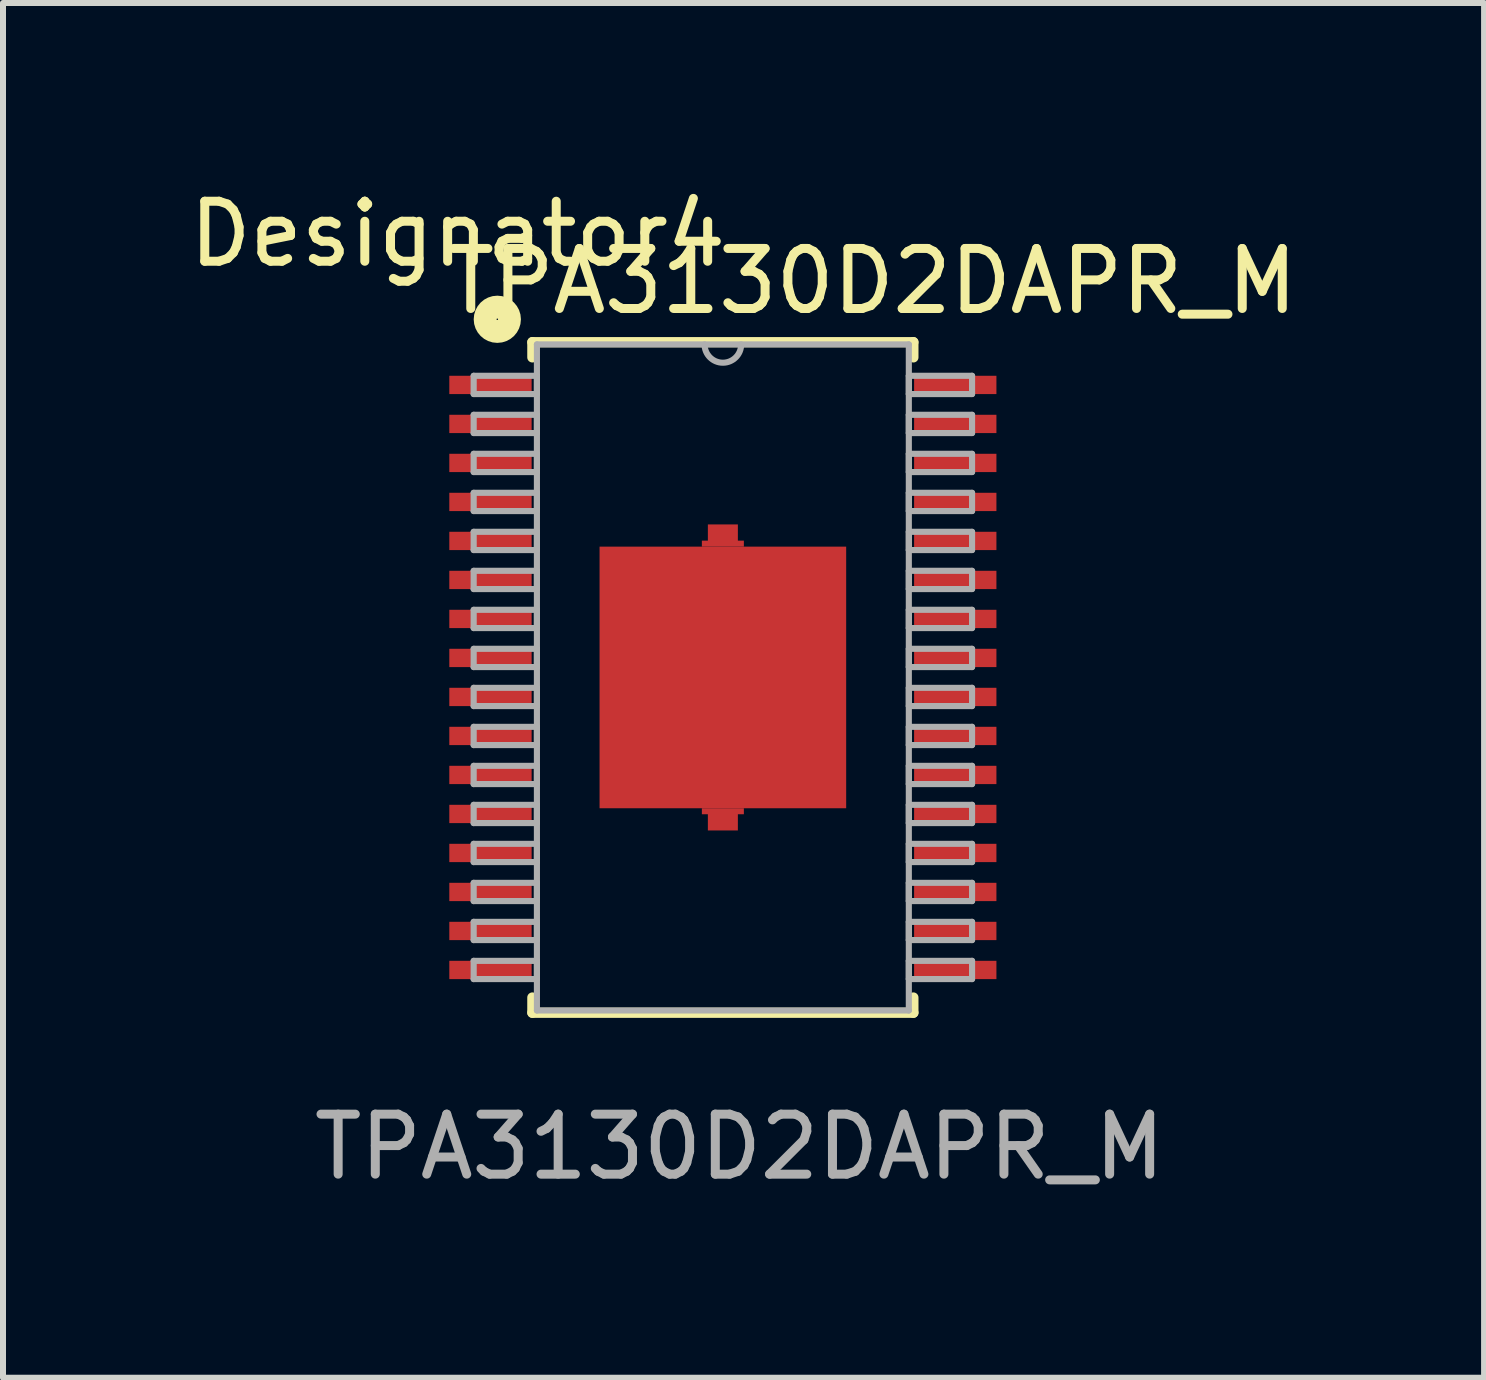
<source format=kicad_pcb>
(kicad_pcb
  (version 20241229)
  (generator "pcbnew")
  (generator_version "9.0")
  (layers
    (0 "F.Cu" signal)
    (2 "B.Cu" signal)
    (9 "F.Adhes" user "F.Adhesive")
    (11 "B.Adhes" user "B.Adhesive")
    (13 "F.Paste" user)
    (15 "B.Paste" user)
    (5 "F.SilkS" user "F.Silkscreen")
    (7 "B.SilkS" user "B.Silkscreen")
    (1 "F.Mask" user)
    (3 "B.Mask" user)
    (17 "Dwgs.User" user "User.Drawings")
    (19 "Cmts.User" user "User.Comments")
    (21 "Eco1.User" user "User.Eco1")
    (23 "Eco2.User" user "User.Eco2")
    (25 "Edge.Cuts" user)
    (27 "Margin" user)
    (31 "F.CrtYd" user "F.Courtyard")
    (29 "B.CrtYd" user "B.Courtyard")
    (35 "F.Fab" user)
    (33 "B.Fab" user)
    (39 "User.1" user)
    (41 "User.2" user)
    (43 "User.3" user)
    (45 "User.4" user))
  (footprint "TPA3130D2DAPR_M"
    (layer "F.Cu")
    (at 8.997 8.24)
    (property "Reference" "TPA3130D2DAPR_M" (at 2.489 -6.604 0) (unlocked yes) (layer "F.SilkS") (effects (font (size 1 1) (thickness 0.15))))
    (attr smd)
    (fp_poly (pts (xy 0.35 -2.18) (xy -0.35 -2.18) (xy -0.35 -2.28) (xy -0.25 -2.28) (xy -0.25 -2.55) (xy 0.25 -2.55) (xy 0.25 -2.28) (xy 0.35 -2.28)) (stroke (width 0) (type solid)) (fill yes) (layer "F.Cu"))
    (fp_poly (pts (xy 0.35 2.18) (xy -0.35 2.18) (xy -0.35 2.28) (xy -0.25 2.28) (xy -0.25 2.55) (xy 0.25 2.55) (xy 0.25 2.28) (xy 0.35 2.28)) (stroke (width 0) (type solid)) (fill yes) (layer "F.Cu"))
    (fp_line (start -3.175 -5.588) (end 3.175 -5.588) (stroke (width 0.17) (type solid)) (layer "F.SilkS"))
    (fp_line (start -3.175 -5.334) (end -3.175 -5.588) (stroke (width 0.17) (type solid)) (layer "F.SilkS"))
    (fp_line (start -3.175 5.588) (end -3.175 5.334) (stroke (width 0.17) (type solid)) (layer "F.SilkS"))
    (fp_line (start -3.175 5.588) (end 3.175 5.588) (stroke (width 0.17) (type solid)) (layer "F.SilkS"))
    (fp_line (start 3.175 -5.334) (end 3.175 -5.588) (stroke (width 0.17) (type solid)) (layer "F.SilkS"))
    (fp_line (start 3.175 5.588) (end 3.175 5.334) (stroke (width 0.17) (type solid)) (layer "F.SilkS"))
    (fp_circle (center -3.759 -5.969) (end -3.556 -5.969) (stroke (width 0.381) (type solid)) (fill no) (layer "F.SilkS"))
    (fp_line (start -4.153 -5.027) (end -3.099 -5.027) (stroke (width 0.102) (type solid)) (layer "F.Fab"))
    (fp_line (start -4.153 -4.723) (end -4.153 -5.027) (stroke (width 0.102) (type solid)) (layer "F.Fab"))
    (fp_line (start -4.153 -4.723) (end -3.099 -4.723) (stroke (width 0.102) (type solid)) (layer "F.Fab"))
    (fp_line (start -4.153 -4.377) (end -3.099 -4.377) (stroke (width 0.102) (type solid)) (layer "F.Fab"))
    (fp_line (start -4.153 -4.073) (end -4.153 -4.377) (stroke (width 0.102) (type solid)) (layer "F.Fab"))
    (fp_line (start -4.153 -4.073) (end -3.099 -4.073) (stroke (width 0.102) (type solid)) (layer "F.Fab"))
    (fp_line (start -4.153 -3.727) (end -3.099 -3.727) (stroke (width 0.102) (type solid)) (layer "F.Fab"))
    (fp_line (start -4.153 -3.423) (end -4.153 -3.727) (stroke (width 0.102) (type solid)) (layer "F.Fab"))
    (fp_line (start -4.153 -3.423) (end -3.099 -3.423) (stroke (width 0.102) (type solid)) (layer "F.Fab"))
    (fp_line (start -4.153 -3.077) (end -3.099 -3.077) (stroke (width 0.102) (type solid)) (layer "F.Fab"))
    (fp_line (start -4.153 -2.773) (end -4.153 -3.077) (stroke (width 0.102) (type solid)) (layer "F.Fab"))
    (fp_line (start -4.153 -2.773) (end -3.099 -2.773) (stroke (width 0.102) (type solid)) (layer "F.Fab"))
    (fp_line (start -4.153 -2.427) (end -3.099 -2.427) (stroke (width 0.102) (type solid)) (layer "F.Fab"))
    (fp_line (start -4.153 -2.123) (end -4.153 -2.427) (stroke (width 0.102) (type solid)) (layer "F.Fab"))
    (fp_line (start -4.153 -2.123) (end -3.099 -2.123) (stroke (width 0.102) (type solid)) (layer "F.Fab"))
    (fp_line (start -4.153 -1.777) (end -3.099 -1.777) (stroke (width 0.102) (type solid)) (layer "F.Fab"))
    (fp_line (start -4.153 -1.473) (end -4.153 -1.777) (stroke (width 0.102) (type solid)) (layer "F.Fab"))
    (fp_line (start -4.153 -1.473) (end -3.099 -1.473) (stroke (width 0.102) (type solid)) (layer "F.Fab"))
    (fp_line (start -4.153 -1.127) (end -3.099 -1.127) (stroke (width 0.102) (type solid)) (layer "F.Fab"))
    (fp_line (start -4.153 -0.823) (end -4.153 -1.127) (stroke (width 0.102) (type solid)) (layer "F.Fab"))
    (fp_line (start -4.153 -0.823) (end -3.099 -0.823) (stroke (width 0.102) (type solid)) (layer "F.Fab"))
    (fp_line (start -4.153 -0.477) (end -3.099 -0.477) (stroke (width 0.102) (type solid)) (layer "F.Fab"))
    (fp_line (start -4.153 -0.173) (end -4.153 -0.477) (stroke (width 0.102) (type solid)) (layer "F.Fab"))
    (fp_line (start -4.153 -0.173) (end -3.099 -0.173) (stroke (width 0.102) (type solid)) (layer "F.Fab"))
    (fp_line (start -4.153 0.173) (end -3.099 0.173) (stroke (width 0.102) (type solid)) (layer "F.Fab"))
    (fp_line (start -4.153 0.477) (end -4.153 0.173) (stroke (width 0.102) (type solid)) (layer "F.Fab"))
    (fp_line (start -4.153 0.477) (end -3.099 0.477) (stroke (width 0.102) (type solid)) (layer "F.Fab"))
    (fp_line (start -4.153 0.823) (end -3.099 0.823) (stroke (width 0.102) (type solid)) (layer "F.Fab"))
    (fp_line (start -4.153 1.127) (end -4.153 0.823) (stroke (width 0.102) (type solid)) (layer "F.Fab"))
    (fp_line (start -4.153 1.127) (end -3.099 1.127) (stroke (width 0.102) (type solid)) (layer "F.Fab"))
    (fp_line (start -4.153 1.473) (end -3.099 1.473) (stroke (width 0.102) (type solid)) (layer "F.Fab"))
    (fp_line (start -4.153 1.777) (end -4.153 1.473) (stroke (width 0.102) (type solid)) (layer "F.Fab"))
    (fp_line (start -4.153 1.777) (end -3.099 1.777) (stroke (width 0.102) (type solid)) (layer "F.Fab"))
    (fp_line (start -4.153 2.123) (end -3.099 2.123) (stroke (width 0.102) (type solid)) (layer "F.Fab"))
    (fp_line (start -4.153 2.427) (end -4.153 2.123) (stroke (width 0.102) (type solid)) (layer "F.Fab"))
    (fp_line (start -4.153 2.427) (end -3.099 2.427) (stroke (width 0.102) (type solid)) (layer "F.Fab"))
    (fp_line (start -4.153 2.773) (end -3.099 2.773) (stroke (width 0.102) (type solid)) (layer "F.Fab"))
    (fp_line (start -4.153 3.077) (end -4.153 2.773) (stroke (width 0.102) (type solid)) (layer "F.Fab"))
    (fp_line (start -4.153 3.077) (end -3.099 3.077) (stroke (width 0.102) (type solid)) (layer "F.Fab"))
    (fp_line (start -4.153 3.423) (end -3.099 3.423) (stroke (width 0.102) (type solid)) (layer "F.Fab"))
    (fp_line (start -4.153 3.727) (end -4.153 3.423) (stroke (width 0.102) (type solid)) (layer "F.Fab"))
    (fp_line (start -4.153 3.727) (end -3.099 3.727) (stroke (width 0.102) (type solid)) (layer "F.Fab"))
    (fp_line (start -4.153 4.073) (end -3.099 4.073) (stroke (width 0.102) (type solid)) (layer "F.Fab"))
    (fp_line (start -4.153 4.377) (end -4.153 4.073) (stroke (width 0.102) (type solid)) (layer "F.Fab"))
    (fp_line (start -4.153 4.377) (end -3.099 4.377) (stroke (width 0.102) (type solid)) (layer "F.Fab"))
    (fp_line (start -4.153 4.723) (end -3.099 4.723) (stroke (width 0.102) (type solid)) (layer "F.Fab"))
    (fp_line (start -4.153 5.027) (end -4.153 4.723) (stroke (width 0.102) (type solid)) (layer "F.Fab"))
    (fp_line (start -4.153 5.027) (end -3.099 5.027) (stroke (width 0.102) (type solid)) (layer "F.Fab"))
    (fp_line (start -3.099 -5.55) (end 3.099 -5.55) (stroke (width 0.102) (type solid)) (layer "F.Fab"))
    (fp_line (start -3.099 -4.723) (end -3.099 -5.027) (stroke (width 0.102) (type solid)) (layer "F.Fab"))
    (fp_line (start -3.099 -4.073) (end -3.099 -4.377) (stroke (width 0.102) (type solid)) (layer "F.Fab"))
    (fp_line (start -3.099 -3.423) (end -3.099 -3.727) (stroke (width 0.102) (type solid)) (layer "F.Fab"))
    (fp_line (start -3.099 -2.773) (end -3.099 -3.077) (stroke (width 0.102) (type solid)) (layer "F.Fab"))
    (fp_line (start -3.099 -2.123) (end -3.099 -2.427) (stroke (width 0.102) (type solid)) (layer "F.Fab"))
    (fp_line (start -3.099 -1.473) (end -3.099 -1.777) (stroke (width 0.102) (type solid)) (layer "F.Fab"))
    (fp_line (start -3.099 -0.823) (end -3.099 -1.127) (stroke (width 0.102) (type solid)) (layer "F.Fab"))
    (fp_line (start -3.099 -0.173) (end -3.099 -0.477) (stroke (width 0.102) (type solid)) (layer "F.Fab"))
    (fp_line (start -3.099 0.477) (end -3.099 0.173) (stroke (width 0.102) (type solid)) (layer "F.Fab"))
    (fp_line (start -3.099 1.127) (end -3.099 0.823) (stroke (width 0.102) (type solid)) (layer "F.Fab"))
    (fp_line (start -3.099 1.777) (end -3.099 1.473) (stroke (width 0.102) (type solid)) (layer "F.Fab"))
    (fp_line (start -3.099 2.427) (end -3.099 2.123) (stroke (width 0.102) (type solid)) (layer "F.Fab"))
    (fp_line (start -3.099 3.077) (end -3.099 2.773) (stroke (width 0.102) (type solid)) (layer "F.Fab"))
    (fp_line (start -3.099 3.727) (end -3.099 3.423) (stroke (width 0.102) (type solid)) (layer "F.Fab"))
    (fp_line (start -3.099 4.377) (end -3.099 4.073) (stroke (width 0.102) (type solid)) (layer "F.Fab"))
    (fp_line (start -3.099 5.027) (end -3.099 4.723) (stroke (width 0.102) (type solid)) (layer "F.Fab"))
    (fp_line (start -3.099 5.55) (end -3.099 -5.55) (stroke (width 0.102) (type solid)) (layer "F.Fab"))
    (fp_line (start -3.099 5.55) (end 3.099 5.55) (stroke (width 0.102) (type solid)) (layer "F.Fab"))
    (fp_line (start 3.099 -5.027) (end 4.153 -5.027) (stroke (width 0.102) (type solid)) (layer "F.Fab"))
    (fp_line (start 3.099 -4.723) (end 3.099 -5.027) (stroke (width 0.102) (type solid)) (layer "F.Fab"))
    (fp_line (start 3.099 -4.723) (end 4.153 -4.723) (stroke (width 0.102) (type solid)) (layer "F.Fab"))
    (fp_line (start 3.099 -4.377) (end 4.153 -4.377) (stroke (width 0.102) (type solid)) (layer "F.Fab"))
    (fp_line (start 3.099 -4.073) (end 3.099 -4.377) (stroke (width 0.102) (type solid)) (layer "F.Fab"))
    (fp_line (start 3.099 -4.073) (end 4.153 -4.073) (stroke (width 0.102) (type solid)) (layer "F.Fab"))
    (fp_line (start 3.099 -3.727) (end 4.153 -3.727) (stroke (width 0.102) (type solid)) (layer "F.Fab"))
    (fp_line (start 3.099 -3.423) (end 3.099 -3.727) (stroke (width 0.102) (type solid)) (layer "F.Fab"))
    (fp_line (start 3.099 -3.423) (end 4.153 -3.423) (stroke (width 0.102) (type solid)) (layer "F.Fab"))
    (fp_line (start 3.099 -3.077) (end 4.153 -3.077) (stroke (width 0.102) (type solid)) (layer "F.Fab"))
    (fp_line (start 3.099 -2.773) (end 3.099 -3.077) (stroke (width 0.102) (type solid)) (layer "F.Fab"))
    (fp_line (start 3.099 -2.773) (end 4.153 -2.773) (stroke (width 0.102) (type solid)) (layer "F.Fab"))
    (fp_line (start 3.099 -2.427) (end 4.153 -2.427) (stroke (width 0.102) (type solid)) (layer "F.Fab"))
    (fp_line (start 3.099 -2.123) (end 3.099 -2.427) (stroke (width 0.102) (type solid)) (layer "F.Fab"))
    (fp_line (start 3.099 -2.123) (end 4.153 -2.123) (stroke (width 0.102) (type solid)) (layer "F.Fab"))
    (fp_line (start 3.099 -1.777) (end 4.153 -1.777) (stroke (width 0.102) (type solid)) (layer "F.Fab"))
    (fp_line (start 3.099 -1.473) (end 3.099 -1.777) (stroke (width 0.102) (type solid)) (layer "F.Fab"))
    (fp_line (start 3.099 -1.473) (end 4.153 -1.473) (stroke (width 0.102) (type solid)) (layer "F.Fab"))
    (fp_line (start 3.099 -1.127) (end 4.153 -1.127) (stroke (width 0.102) (type solid)) (layer "F.Fab"))
    (fp_line (start 3.099 -0.823) (end 3.099 -1.127) (stroke (width 0.102) (type solid)) (layer "F.Fab"))
    (fp_line (start 3.099 -0.823) (end 4.153 -0.823) (stroke (width 0.102) (type solid)) (layer "F.Fab"))
    (fp_line (start 3.099 -0.477) (end 4.153 -0.477) (stroke (width 0.102) (type solid)) (layer "F.Fab"))
    (fp_line (start 3.099 -0.173) (end 3.099 -0.477) (stroke (width 0.102) (type solid)) (layer "F.Fab"))
    (fp_line (start 3.099 -0.173) (end 4.153 -0.173) (stroke (width 0.102) (type solid)) (layer "F.Fab"))
    (fp_line (start 3.099 0.173) (end 4.153 0.173) (stroke (width 0.102) (type solid)) (layer "F.Fab"))
    (fp_line (start 3.099 0.477) (end 3.099 0.173) (stroke (width 0.102) (type solid)) (layer "F.Fab"))
    (fp_line (start 3.099 0.477) (end 4.153 0.477) (stroke (width 0.102) (type solid)) (layer "F.Fab"))
    (fp_line (start 3.099 0.823) (end 4.153 0.823) (stroke (width 0.102) (type solid)) (layer "F.Fab"))
    (fp_line (start 3.099 1.127) (end 3.099 0.823) (stroke (width 0.102) (type solid)) (layer "F.Fab"))
    (fp_line (start 3.099 1.127) (end 4.153 1.127) (stroke (width 0.102) (type solid)) (layer "F.Fab"))
    (fp_line (start 3.099 1.473) (end 4.153 1.473) (stroke (width 0.102) (type solid)) (layer "F.Fab"))
    (fp_line (start 3.099 1.777) (end 3.099 1.473) (stroke (width 0.102) (type solid)) (layer "F.Fab"))
    (fp_line (start 3.099 1.777) (end 4.153 1.777) (stroke (width 0.102) (type solid)) (layer "F.Fab"))
    (fp_line (start 3.099 2.123) (end 4.153 2.123) (stroke (width 0.102) (type solid)) (layer "F.Fab"))
    (fp_line (start 3.099 2.427) (end 3.099 2.123) (stroke (width 0.102) (type solid)) (layer "F.Fab"))
    (fp_line (start 3.099 2.427) (end 4.153 2.427) (stroke (width 0.102) (type solid)) (layer "F.Fab"))
    (fp_line (start 3.099 2.773) (end 4.153 2.773) (stroke (width 0.102) (type solid)) (layer "F.Fab"))
    (fp_line (start 3.099 3.077) (end 3.099 2.773) (stroke (width 0.102) (type solid)) (layer "F.Fab"))
    (fp_line (start 3.099 3.077) (end 4.153 3.077) (stroke (width 0.102) (type solid)) (layer "F.Fab"))
    (fp_line (start 3.099 3.423) (end 4.153 3.423) (stroke (width 0.102) (type solid)) (layer "F.Fab"))
    (fp_line (start 3.099 3.727) (end 3.099 3.423) (stroke (width 0.102) (type solid)) (layer "F.Fab"))
    (fp_line (start 3.099 3.727) (end 4.153 3.727) (stroke (width 0.102) (type solid)) (layer "F.Fab"))
    (fp_line (start 3.099 4.073) (end 4.153 4.073) (stroke (width 0.102) (type solid)) (layer "F.Fab"))
    (fp_line (start 3.099 4.377) (end 3.099 4.073) (stroke (width 0.102) (type solid)) (layer "F.Fab"))
    (fp_line (start 3.099 4.377) (end 4.153 4.377) (stroke (width 0.102) (type solid)) (layer "F.Fab"))
    (fp_line (start 3.099 4.723) (end 4.153 4.723) (stroke (width 0.102) (type solid)) (layer "F.Fab"))
    (fp_line (start 3.099 5.027) (end 3.099 4.723) (stroke (width 0.102) (type solid)) (layer "F.Fab"))
    (fp_line (start 3.099 5.027) (end 4.153 5.027) (stroke (width 0.102) (type solid)) (layer "F.Fab"))
    (fp_line (start 3.099 5.55) (end 3.099 -5.55) (stroke (width 0.102) (type solid)) (layer "F.Fab"))
    (fp_line (start 4.153 -4.723) (end 4.153 -5.027) (stroke (width 0.102) (type solid)) (layer "F.Fab"))
    (fp_line (start 4.153 -4.073) (end 4.153 -4.377) (stroke (width 0.102) (type solid)) (layer "F.Fab"))
    (fp_line (start 4.153 -3.423) (end 4.153 -3.727) (stroke (width 0.102) (type solid)) (layer "F.Fab"))
    (fp_line (start 4.153 -2.773) (end 4.153 -3.077) (stroke (width 0.102) (type solid)) (layer "F.Fab"))
    (fp_line (start 4.153 -2.123) (end 4.153 -2.427) (stroke (width 0.102) (type solid)) (layer "F.Fab"))
    (fp_line (start 4.153 -1.473) (end 4.153 -1.777) (stroke (width 0.102) (type solid)) (layer "F.Fab"))
    (fp_line (start 4.153 -0.823) (end 4.153 -1.127) (stroke (width 0.102) (type solid)) (layer "F.Fab"))
    (fp_line (start 4.153 -0.173) (end 4.153 -0.477) (stroke (width 0.102) (type solid)) (layer "F.Fab"))
    (fp_line (start 4.153 0.477) (end 4.153 0.173) (stroke (width 0.102) (type solid)) (layer "F.Fab"))
    (fp_line (start 4.153 1.127) (end 4.153 0.823) (stroke (width 0.102) (type solid)) (layer "F.Fab"))
    (fp_line (start 4.153 1.777) (end 4.153 1.473) (stroke (width 0.102) (type solid)) (layer "F.Fab"))
    (fp_line (start 4.153 2.427) (end 4.153 2.123) (stroke (width 0.102) (type solid)) (layer "F.Fab"))
    (fp_line (start 4.153 3.077) (end 4.153 2.773) (stroke (width 0.102) (type solid)) (layer "F.Fab"))
    (fp_line (start 4.153 3.727) (end 4.153 3.423) (stroke (width 0.102) (type solid)) (layer "F.Fab"))
    (fp_line (start 4.153 4.377) (end 4.153 4.073) (stroke (width 0.102) (type solid)) (layer "F.Fab"))
    (fp_line (start 4.153 5.027) (end 4.153 4.723) (stroke (width 0.102) (type solid)) (layer "F.Fab"))
    (fp_arc (start 0.3048 -5.5499) (mid 0 -5.2451) (end -0.3048 -5.5499) (stroke (width 0.1016) (type solid)) (layer "F.Fab"))
    (fp_text user "Designator4" (at -4.42 -7.391 0) (unlocked yes) (layer "F.SilkS") (effects (font (size 1 1) (thickness 0.15))))
    (fp_text user "${REFERENCE}" (at 0.279 7.823 0) (unlocked yes) (layer "F.Fab") (effects (font (size 1 1) (thickness 0.15))))
    (pad "1" smd rect (at -3.873 -4.875) (size 1.372 0.305) (layers "F.Cu" "F.Mask" "F.Paste"))
    (pad "2" smd rect (at -3.873 -4.225) (size 1.372 0.305) (layers "F.Cu" "F.Mask" "F.Paste"))
    (pad "3" smd rect (at -3.873 -3.575) (size 1.372 0.305) (layers "F.Cu" "F.Mask" "F.Paste"))
    (pad "4" smd rect (at -3.873 -2.925) (size 1.372 0.305) (layers "F.Cu" "F.Mask" "F.Paste"))
    (pad "5" smd rect (at -3.873 -2.275) (size 1.372 0.305) (layers "F.Cu" "F.Mask" "F.Paste"))
    (pad "6" smd rect (at -3.873 -1.625) (size 1.372 0.305) (layers "F.Cu" "F.Mask" "F.Paste"))
    (pad "7" smd rect (at -3.873 -0.975) (size 1.372 0.305) (layers "F.Cu" "F.Mask" "F.Paste"))
    (pad "8" smd rect (at -3.873 -0.325) (size 1.372 0.305) (layers "F.Cu" "F.Mask" "F.Paste"))
    (pad "9" smd rect (at -3.873 0.325) (size 1.372 0.305) (layers "F.Cu" "F.Mask" "F.Paste"))
    (pad "10" smd rect (at -3.873 0.975) (size 1.372 0.305) (layers "F.Cu" "F.Mask" "F.Paste"))
    (pad "11" smd rect (at -3.873 1.625) (size 1.372 0.305) (layers "F.Cu" "F.Mask" "F.Paste"))
    (pad "12" smd rect (at -3.873 2.275) (size 1.372 0.305) (layers "F.Cu" "F.Mask" "F.Paste"))
    (pad "13" smd rect (at -3.873 2.925) (size 1.372 0.305) (layers "F.Cu" "F.Mask" "F.Paste"))
    (pad "14" smd rect (at -3.873 3.575) (size 1.372 0.305) (layers "F.Cu" "F.Mask" "F.Paste"))
    (pad "15" smd rect (at -3.873 4.225) (size 1.372 0.305) (layers "F.Cu" "F.Mask" "F.Paste"))
    (pad "16" smd rect (at -3.873 4.875) (size 1.372 0.305) (layers "F.Cu" "F.Mask" "F.Paste"))
    (pad "17" smd rect (at 3.873 4.875) (size 1.372 0.305) (layers "F.Cu" "F.Mask" "F.Paste"))
    (pad "18" smd rect (at 3.873 4.225) (size 1.372 0.305) (layers "F.Cu" "F.Mask" "F.Paste"))
    (pad "19" smd rect (at 3.873 3.575) (size 1.372 0.305) (layers "F.Cu" "F.Mask" "F.Paste"))
    (pad "20" smd rect (at 3.873 2.925) (size 1.372 0.305) (layers "F.Cu" "F.Mask" "F.Paste"))
    (pad "21" smd rect (at 3.873 2.275) (size 1.372 0.305) (layers "F.Cu" "F.Mask" "F.Paste"))
    (pad "22" smd rect (at 3.873 1.625) (size 1.372 0.305) (layers "F.Cu" "F.Mask" "F.Paste"))
    (pad "23" smd rect (at 3.873 0.975) (size 1.372 0.305) (layers "F.Cu" "F.Mask" "F.Paste"))
    (pad "24" smd rect (at 3.873 0.325) (size 1.372 0.305) (layers "F.Cu" "F.Mask" "F.Paste"))
    (pad "25" smd rect (at 3.873 -0.325) (size 1.372 0.305) (layers "F.Cu" "F.Mask" "F.Paste"))
    (pad "26" smd rect (at 3.873 -0.975) (size 1.372 0.305) (layers "F.Cu" "F.Mask" "F.Paste"))
    (pad "27" smd rect (at 3.873 -1.625) (size 1.372 0.305) (layers "F.Cu" "F.Mask" "F.Paste"))
    (pad "28" smd rect (at 3.873 -2.275) (size 1.372 0.305) (layers "F.Cu" "F.Mask" "F.Paste"))
    (pad "29" smd rect (at 3.873 -2.925) (size 1.372 0.305) (layers "F.Cu" "F.Mask" "F.Paste"))
    (pad "30" smd rect (at 3.873 -3.575) (size 1.372 0.305) (layers "F.Cu" "F.Mask" "F.Paste"))
    (pad "31" smd rect (at 3.873 -4.225) (size 1.372 0.305) (layers "F.Cu" "F.Mask" "F.Paste"))
    (pad "32" smd rect (at 3.873 -4.875) (size 1.372 0.305) (layers "F.Cu" "F.Mask" "F.Paste"))
    (pad "33" smd rect (at 0 0) (size 4.11 4.36) (layers "F.Cu" "F.Mask" "F.Paste")))
  (gr_rect
    (start -3 -3)
    (end 21.683 19.911)
    (stroke (width 0.1) (type default))
    (fill no)
    (layer "Edge.Cuts")))
</source>
